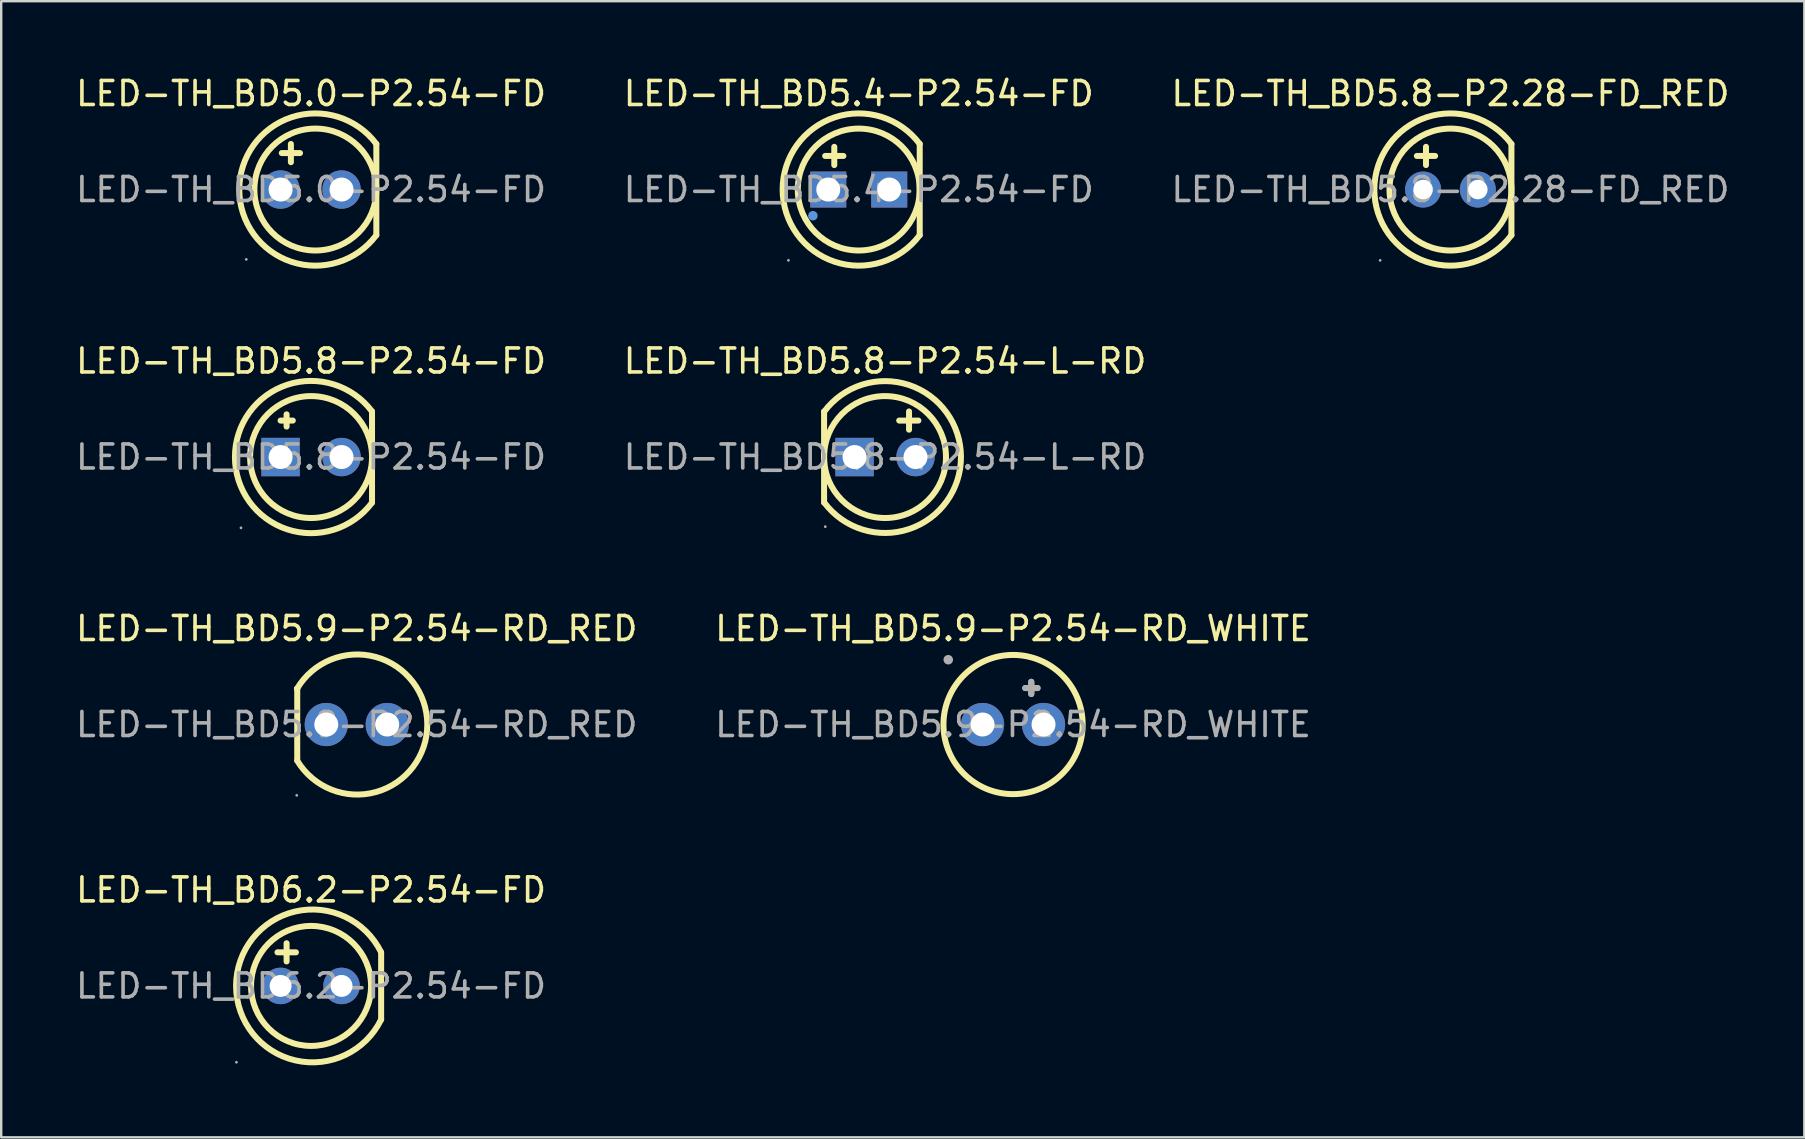
<source format=kicad_pcb>
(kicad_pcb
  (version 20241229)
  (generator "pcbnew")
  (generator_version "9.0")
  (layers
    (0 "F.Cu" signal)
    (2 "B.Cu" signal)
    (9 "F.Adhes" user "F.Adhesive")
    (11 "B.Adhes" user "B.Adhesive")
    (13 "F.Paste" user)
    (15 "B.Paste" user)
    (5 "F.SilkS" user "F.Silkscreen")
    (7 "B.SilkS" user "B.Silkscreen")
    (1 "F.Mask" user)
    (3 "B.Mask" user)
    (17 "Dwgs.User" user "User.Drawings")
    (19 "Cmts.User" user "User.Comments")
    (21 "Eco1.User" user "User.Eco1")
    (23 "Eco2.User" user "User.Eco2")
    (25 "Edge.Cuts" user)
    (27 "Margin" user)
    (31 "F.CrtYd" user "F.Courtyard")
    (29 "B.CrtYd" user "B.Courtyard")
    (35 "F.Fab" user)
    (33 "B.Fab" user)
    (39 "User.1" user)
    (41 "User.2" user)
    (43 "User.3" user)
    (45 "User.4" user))
  (footprint "LED-TH_BD6.2-P2.54-FD"
    (layer "F.Cu")
    (at 9.911 38.031)
    (property "Reference" "LED-TH_BD6.2-P2.54-FD" (at 0 -4 0) (layer "F.SilkS") (effects (font (size 1 1) (thickness 0.15))))
    (attr through_hole)
    (fp_line (start -1.4 -1.4) (end -0.63 -1.4) (stroke (width 0.25) (type solid)) (layer "F.SilkS"))
    (fp_line (start -1.02 -1.02) (end -1.02 -1.78) (stroke (width 0.25) (type solid)) (layer "F.SilkS"))
    (fp_line (start 2.92 -1.4) (end 2.92 1.4) (stroke (width 0.25) (type solid)) (layer "F.SilkS"))
    (fp_arc (start 2.92 1.4) (mid -3.124273 0.002099) (end 2.918152 -1.403769) (stroke (width 0.25) (type solid)) (layer "F.SilkS"))
    (fp_circle (center 0 0) (end 2.5 0) (stroke (width 0.25) (type solid)) (fill no) (layer "F.SilkS"))
    (fp_circle (center -3.11 3.18) (end -3.08 3.18) (stroke (width 0.06) (type solid)) (fill no) (layer "F.Fab"))
    (fp_circle (center -1.27 0) (end -1.09 0) (stroke (width 0.36) (type solid)) (fill no) (layer "F.Fab"))
    (fp_circle (center 1.27 0) (end 1.45 0) (stroke (width 0.36) (type solid)) (fill no) (layer "F.Fab"))
    (fp_text user "${REFERENCE}" (at 0 0 0) (layer "F.Fab") (effects (font (size 1 1) (thickness 0.15))))
    (pad "1" thru_hole circle (at -1.27 0) (size 1.52 1.52) (drill 0.914) (layers "*.Cu" "*.Paste" "*.Mask"))
    (pad "2" thru_hole circle (at 1.27 0) (size 1.52 1.52) (drill 0.914) (layers "*.Cu" "*.Paste" "*.Mask")))
  (footprint "LED-TH_BD5.8-P2.54-FD"
    (layer "F.Cu")
    (at 9.911 15.994)
    (property "Reference" "LED-TH_BD5.8-P2.54-FD" (at 0 -4 0) (layer "F.SilkS") (effects (font (size 1 1) (thickness 0.15))))
    (attr through_hole)
    (fp_line (start -1.27 -1.52) (end -0.76 -1.52) (stroke (width 0.25) (type solid)) (layer "F.SilkS"))
    (fp_line (start -1.02 -1.78) (end -1.02 -1.27) (stroke (width 0.25) (type solid)) (layer "F.SilkS"))
    (fp_line (start 2.54 1.9) (end 2.54 -1.9) (stroke (width 0.25) (type solid)) (layer "F.SilkS"))
    (fp_arc (start 2.538185 1.902424) (mid -3.172002 -0.001514) (end 2.54 -1.9) (stroke (width 0.25) (type solid)) (layer "F.SilkS"))
    (fp_circle (center 0 0) (end 2.54 0) (stroke (width 0.25) (type solid)) (fill no) (layer "F.SilkS"))
    (fp_circle (center -2.92 2.95) (end -2.89 2.95) (stroke (width 0.06) (type solid)) (fill no) (layer "F.Fab"))
    (fp_circle (center -1.27 0) (end -1.15 0) (stroke (width 0.25) (type solid)) (fill no) (layer "F.Fab"))
    (fp_circle (center 1.27 0) (end 1.39 0) (stroke (width 0.25) (type solid)) (fill no) (layer "F.Fab"))
    (fp_text user "${REFERENCE}" (at 0 0 0) (layer "F.Fab") (effects (font (size 1 1) (thickness 0.15))))
    (pad "1" thru_hole rect (at -1.27 0) (size 1.6 1.6) (drill 1) (layers "*.Cu" "*.Paste" "*.Mask"))
    (pad "2" thru_hole circle (at 1.27 0) (size 1.6 1.6) (drill 1) (layers "*.Cu" "*.Paste" "*.Mask")))
  (footprint "LED-TH_BD5.8-P2.54-L-RD"
    (layer "F.Cu")
    (at 33.827 15.994)
    (property "Reference" "LED-TH_BD5.8-P2.54-L-RD" (at 0 -4 0) (layer "F.SilkS") (effects (font (size 1 1) (thickness 0.15))))
    (attr through_hole)
    (fp_line (start -2.54 -1.9) (end -2.54 1.9) (stroke (width 0.25) (type solid)) (layer "F.SilkS"))
    (fp_line (start 1 -1.14) (end 1 -1.9) (stroke (width 0.25) (type solid)) (layer "F.SilkS"))
    (fp_line (start 1.39 -1.52) (end 0.59 -1.52) (stroke (width 0.25) (type solid)) (layer "F.SilkS"))
    (fp_arc (start -2.53537 -1.892829) (mid 3.163998 -0.004479) (end -2.53 1.9) (stroke (width 0.25) (type solid)) (layer "F.SilkS"))
    (fp_circle (center 0 0) (end 2.54 0) (stroke (width 0.25) (type solid)) (fill no) (layer "F.SilkS"))
    (fp_circle (center -2.49 2.9) (end -2.46 2.9) (stroke (width 0.06) (type solid)) (fill no) (layer "F.Fab"))
    (fp_circle (center -1.27 0) (end -1.07 0) (stroke (width 0.4) (type solid)) (fill no) (layer "F.Fab"))
    (fp_circle (center 1.27 0) (end 1.47 0) (stroke (width 0.4) (type solid)) (fill no) (layer "F.Fab"))
    (fp_text user "${REFERENCE}" (at 0 0 0) (layer "F.Fab") (effects (font (size 1 1) (thickness 0.15))))
    (pad "1" thru_hole rect (at -1.27 0 180) (size 1.6 1.6) (drill 1) (layers "*.Cu" "*.Paste" "*.Mask"))
    (pad "2" thru_hole circle (at 1.27 0 180) (size 1.6 1.6) (drill 1) (layers "*.Cu" "*.Paste" "*.Mask")))
  (footprint "LED-TH_BD5.9-P2.54-RD_RED"
    (layer "F.Cu")
    (at 11.815 27.139)
    (property "Reference" "LED-TH_BD5.9-P2.54-RD_RED" (at 0 -4 0) (layer "F.SilkS") (effects (font (size 1 1) (thickness 0.15))))
    (attr through_hole)
    (fp_line (start -2.48 -1.49) (end -2.48 1.5) (stroke (width 0.25) (type solid)) (layer "F.SilkS"))
    (fp_arc (start -2.49366 -1.49366) (mid -2.48634 -1.49366) (end -2.48 -1.49) (stroke (width 0.25) (type solid)) (layer "F.SilkS"))
    (fp_arc (start -2.49 -1.49) (mid 2.938918 -0.010981) (end -2.478718 1.508843) (stroke (width 0.25) (type solid)) (layer "F.SilkS"))
    (fp_circle (center -2.5 2.95) (end -2.47 2.95) (stroke (width 0.06) (type solid)) (fill no) (layer "F.Fab"))
    (fp_text user "${REFERENCE}" (at 0 0 0) (layer "F.Fab") (effects (font (size 1 1) (thickness 0.15))))
    (pad "1" thru_hole circle (at -1.27 0) (size 1.8 1.8) (drill 1) (layers "*.Cu" "*.Paste" "*.Mask"))
    (pad "2" thru_hole circle (at 1.27 0) (size 1.8 1.8) (drill 1) (layers "*.Cu" "*.Paste" "*.Mask")))
  (footprint "LED-TH_BD5.4-P2.54-FD"
    (layer "F.Cu")
    (at 32.732 4.848)
    (property "Reference" "LED-TH_BD5.4-P2.54-FD" (at 0 -4 0) (layer "F.SilkS") (effects (font (size 1 1) (thickness 0.15))))
    (attr through_hole)
    (fp_line (start -1.4 -1.4) (end -0.64 -1.4) (stroke (width 0.25) (type solid)) (layer "F.SilkS"))
    (fp_line (start -1.02 -1.02) (end -1.02 -1.78) (stroke (width 0.25) (type solid)) (layer "F.SilkS"))
    (fp_line (start 2.54 1.9) (end 2.54 -1.9) (stroke (width 0.25) (type solid)) (layer "F.SilkS"))
    (fp_arc (start 2.538185 1.902424) (mid -3.172002 -0.001514) (end 2.54 -1.9) (stroke (width 0.25) (type solid)) (layer "F.SilkS"))
    (fp_circle (center 0 0) (end 2.54 0) (stroke (width 0.25) (type solid)) (fill no) (layer "F.SilkS"))
    (fp_circle (center -1.91 1.09) (end -1.81 1.09) (stroke (width 0.2) (type solid)) (fill no) (layer "Cmts.User"))
    (fp_circle (center -2.93 2.95) (end -2.9 2.95) (stroke (width 0.06) (type solid)) (fill no) (layer "F.Fab"))
    (fp_text user "${REFERENCE}" (at 0 0 0) (layer "F.Fab") (effects (font (size 1 1) (thickness 0.15))))
    (pad "1" thru_hole rect (at -1.27 0) (size 1.5 1.5) (drill 1) (layers "*.Cu" "*.Paste" "*.Mask"))
    (pad "2" thru_hole rect (at 1.27 0) (size 1.5 1.5) (drill 1) (layers "*.Cu" "*.Paste" "*.Mask")))
  (footprint "LED-TH_BD5.9-P2.54-RD_WHITE"
    (layer "F.Cu")
    (at 39.161 27.139)
    (property "Reference" "LED-TH_BD5.9-P2.54-RD_WHITE" (at 0 -4 0) (layer "F.SilkS") (effects (font (size 1 1) (thickness 0.15))))
    (attr through_hole)
    (fp_line (start 0.51 -1.52) (end 1.02 -1.52) (stroke (width 0.25) (type solid)) (layer "F.SilkS"))
    (fp_line (start 0.76 -1.78) (end 0.76 -1.27) (stroke (width 0.25) (type solid)) (layer "F.SilkS"))
    (fp_circle (center 0 0) (end 2.9 0) (stroke (width 0.25) (type solid)) (fill no) (layer "F.SilkS"))
    (fp_line (start 0.51 -1.52) (end 1.02 -1.52) (stroke (width 0.25) (type solid)) (layer "F.Fab"))
    (fp_line (start 0.76 -1.78) (end 0.76 -1.27) (stroke (width 0.25) (type solid)) (layer "F.Fab"))
    (fp_circle (center -2.7 -2.7) (end -2.6 -2.7) (stroke (width 0.2) (type solid)) (fill no) (layer "F.Fab"))
    (fp_circle (center -1.27 0) (end -1.09 0) (stroke (width 0.35) (type solid)) (fill no) (layer "F.Fab"))
    (fp_circle (center 1.27 0) (end 1.45 0) (stroke (width 0.35) (type solid)) (fill no) (layer "F.Fab"))
    (fp_text user "${REFERENCE}" (at 0 0 0) (layer "F.Fab") (effects (font (size 1 1) (thickness 0.15))))
    (pad "1" thru_hole circle (at -1.27 0) (size 1.8 1.8) (drill 1) (layers "*.Cu" "*.Paste" "*.Mask"))
    (pad "2" thru_hole circle (at 1.27 0) (size 1.8 1.8) (drill 1) (layers "*.Cu" "*.Paste" "*.Mask")))
  (footprint "LED-TH_BD5.8-P2.28-FD_RED"
    (layer "F.Cu")
    (at 57.387 4.848)
    (property "Reference" "LED-TH_BD5.8-P2.28-FD_RED" (at 0 -4 0) (layer "F.SilkS") (effects (font (size 1 1) (thickness 0.15))))
    (attr through_hole)
    (fp_line (start -1.4 -1.4) (end -0.64 -1.4) (stroke (width 0.25) (type solid)) (layer "F.SilkS"))
    (fp_line (start -1.02 -1.02) (end -1.02 -1.78) (stroke (width 0.25) (type solid)) (layer "F.SilkS"))
    (fp_line (start 2.54 1.9) (end 2.54 -1.9) (stroke (width 0.25) (type solid)) (layer "F.SilkS"))
    (fp_arc (start 2.538185 1.902424) (mid -3.172002 -0.001514) (end 2.54 -1.9) (stroke (width 0.25) (type solid)) (layer "F.SilkS"))
    (fp_circle (center 0 0) (end 2.54 0) (stroke (width 0.25) (type solid)) (fill no) (layer "F.SilkS"))
    (fp_circle (center -2.93 2.95) (end -2.9 2.95) (stroke (width 0.06) (type solid)) (fill no) (layer "F.Fab"))
    (fp_circle (center -1.14 0) (end -0.99 0) (stroke (width 0.3) (type solid)) (fill no) (layer "F.Fab"))
    (fp_circle (center 1.14 0) (end 1.29 0) (stroke (width 0.3) (type solid)) (fill no) (layer "F.Fab"))
    (fp_text user "${REFERENCE}" (at 0 0 0) (layer "F.Fab") (effects (font (size 1 1) (thickness 0.15))))
    (pad "1" thru_hole circle (at -1.14 0) (size 1.5 1.5) (drill 0.813) (layers "*.Cu" "*.Paste" "*.Mask"))
    (pad "2" thru_hole circle (at 1.14 0) (size 1.5 1.5) (drill 0.813) (layers "*.Cu" "*.Paste" "*.Mask")))
  (footprint "LED-TH_BD5.0-P2.54-FD"
    (layer "F.Cu")
    (at 9.911 4.848)
    (property "Reference" "LED-TH_BD5.0-P2.54-FD" (at 0 -4 0) (layer "F.SilkS") (effects (font (size 1 1) (thickness 0.15))))
    (attr through_hole)
    (fp_line (start -1.22 -1.52) (end -0.46 -1.52) (stroke (width 0.25) (type solid)) (layer "F.SilkS"))
    (fp_line (start -0.84 -1.14) (end -0.84 -1.9) (stroke (width 0.25) (type solid)) (layer "F.SilkS"))
    (fp_line (start 2.72 1.9) (end 2.72 -1.9) (stroke (width 0.25) (type solid)) (layer "F.SilkS"))
    (fp_arc (start 2.718185 1.902424) (mid -2.992002 -0.001514) (end 2.72 -1.9) (stroke (width 0.25) (type solid)) (layer "F.SilkS"))
    (fp_circle (center 0.18 0) (end 2.72 0) (stroke (width 0.25) (type solid)) (fill no) (layer "F.SilkS"))
    (fp_circle (center -2.7 2.91) (end -2.67 2.91) (stroke (width 0.06) (type solid)) (fill no) (layer "F.Fab"))
    (fp_circle (center -1.27 0) (end -1.15 0) (stroke (width 0.25) (type solid)) (fill no) (layer "F.Fab"))
    (fp_circle (center 1.27 0) (end 1.39 0) (stroke (width 0.25) (type solid)) (fill no) (layer "F.Fab"))
    (fp_text user "${REFERENCE}" (at 0 0 0) (layer "F.Fab") (effects (font (size 1 1) (thickness 0.15))))
    (pad "1" thru_hole circle (at -1.27 0) (size 1.6 1.6) (drill 1) (layers "*.Cu" "*.Paste" "*.Mask"))
    (pad "2" thru_hole circle (at 1.27 0) (size 1.6 1.6) (drill 1) (layers "*.Cu" "*.Paste" "*.Mask")))
  (gr_rect
    (start -3 -3)
    (end 72.131 44.34)
    (stroke (width 0.1) (type default))
    (fill no)
    (layer "Edge.Cuts")))
</source>
